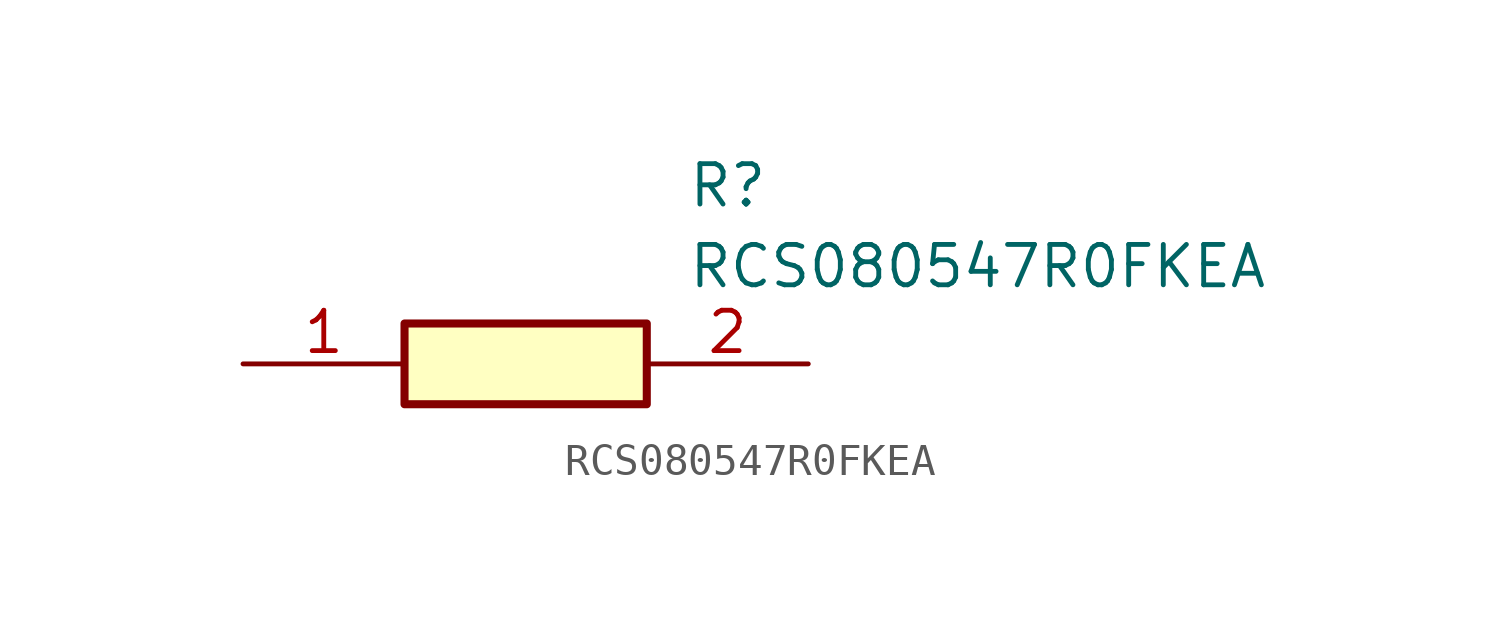
<source format=kicad_sym>
(kicad_symbol_lib
  (version 20211014)
  (generator SamacSys_ECAD_Model)
  (symbol "RCS080547R0FKEA"
    (pin_names hide)
    (property "Reference" "R"
      (at 13.97 6.35 0)
      (effects (font (size 1.27 1.27)) (justify left top)))
    (property "Value" "RCS080547R0FKEA"
      (at 13.97 3.81 0)
      (effects (font (size 1.27 1.27)) (justify left top)))
    (rectangle
      (start 5.08 1.27)
      (end 12.7 -1.27)
      (stroke (width 0.254) (type default))
      (fill (type background)))
    (pin passive line
      (at 0 0 0)
      (length 5.08)
      (name "1" (effects (font (size 1.27 1.27))))
      (number "1" (effects (font (size 1.27 1.27)))))
    (pin passive line
      (at 17.78 0 180)
      (length 5.08)
      (name "2" (effects (font (size 1.27 1.27))))
      (number "2" (effects (font (size 1.27 1.27)))))))
</source>
